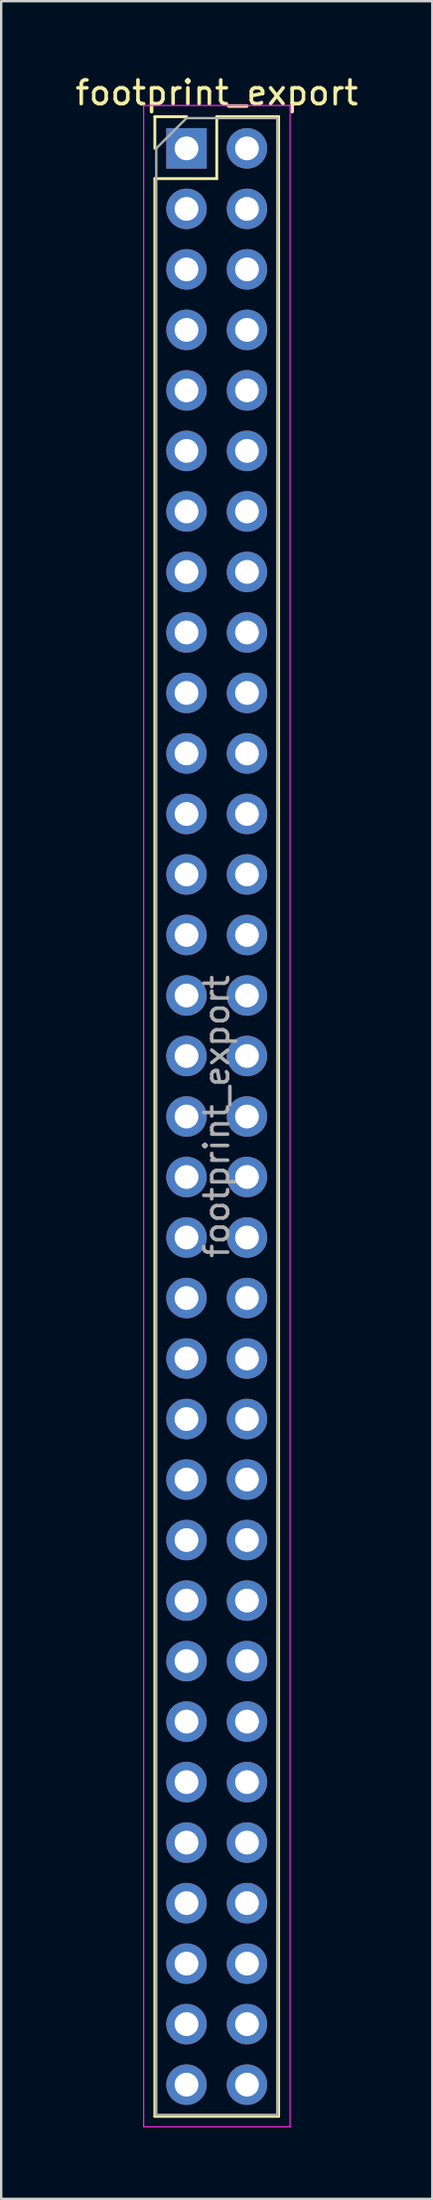
<source format=kicad_pcb>
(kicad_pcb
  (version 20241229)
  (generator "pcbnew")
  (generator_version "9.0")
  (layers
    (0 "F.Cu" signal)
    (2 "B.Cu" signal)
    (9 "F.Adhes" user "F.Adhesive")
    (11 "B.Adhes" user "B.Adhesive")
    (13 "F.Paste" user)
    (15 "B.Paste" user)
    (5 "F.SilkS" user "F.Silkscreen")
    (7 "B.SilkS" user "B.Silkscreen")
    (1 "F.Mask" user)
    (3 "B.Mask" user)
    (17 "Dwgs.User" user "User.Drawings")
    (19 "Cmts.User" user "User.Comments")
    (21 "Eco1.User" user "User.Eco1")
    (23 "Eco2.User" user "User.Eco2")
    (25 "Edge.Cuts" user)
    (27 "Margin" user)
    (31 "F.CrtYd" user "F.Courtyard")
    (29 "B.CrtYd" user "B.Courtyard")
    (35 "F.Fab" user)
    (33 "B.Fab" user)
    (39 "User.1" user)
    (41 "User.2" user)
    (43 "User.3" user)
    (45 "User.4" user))
  (footprint "footprint_export"
    (layer "F.Cu")
    (at 4.784 3.178)
    (property "Reference" "footprint_export" (at 1.27 -2.33 0) (layer "F.SilkS") (effects (font (size 1 1) (thickness 0.15))))
    (attr through_hole)
    (fp_line (start -1.33 -1.33) (end 0 -1.33) (stroke (width 0.12) (type solid)) (layer "F.SilkS"))
    (fp_line (start -1.33 0) (end -1.33 -1.33) (stroke (width 0.12) (type solid)) (layer "F.SilkS"))
    (fp_line (start -1.33 1.27) (end -1.33 82.61) (stroke (width 0.12) (type solid)) (layer "F.SilkS"))
    (fp_line (start -1.33 1.27) (end 1.27 1.27) (stroke (width 0.12) (type solid)) (layer "F.SilkS"))
    (fp_line (start -1.33 82.61) (end 3.87 82.61) (stroke (width 0.12) (type solid)) (layer "F.SilkS"))
    (fp_line (start 1.27 -1.33) (end 3.87 -1.33) (stroke (width 0.12) (type solid)) (layer "F.SilkS"))
    (fp_line (start 1.27 1.27) (end 1.27 -1.33) (stroke (width 0.12) (type solid)) (layer "F.SilkS"))
    (fp_line (start 3.87 -1.33) (end 3.87 82.61) (stroke (width 0.12) (type solid)) (layer "F.SilkS"))
    (fp_line (start -1.8 -1.8) (end -1.8 83.05) (stroke (width 0.05) (type solid)) (layer "F.CrtYd"))
    (fp_line (start -1.8 83.05) (end 4.35 83.05) (stroke (width 0.05) (type solid)) (layer "F.CrtYd"))
    (fp_line (start 4.35 -1.8) (end -1.8 -1.8) (stroke (width 0.05) (type solid)) (layer "F.CrtYd"))
    (fp_line (start 4.35 83.05) (end 4.35 -1.8) (stroke (width 0.05) (type solid)) (layer "F.CrtYd"))
    (fp_line (start -1.27 0) (end 0 -1.27) (stroke (width 0.1) (type solid)) (layer "F.Fab"))
    (fp_line (start -1.27 82.55) (end -1.27 0) (stroke (width 0.1) (type solid)) (layer "F.Fab"))
    (fp_line (start 0 -1.27) (end 3.81 -1.27) (stroke (width 0.1) (type solid)) (layer "F.Fab"))
    (fp_line (start 3.81 -1.27) (end 3.81 82.55) (stroke (width 0.1) (type solid)) (layer "F.Fab"))
    (fp_line (start 3.81 82.55) (end -1.27 82.55) (stroke (width 0.1) (type solid)) (layer "F.Fab"))
    (fp_text user "${REFERENCE}" (at 1.27 40.64 90) (layer "F.Fab") (effects (font (size 1 1) (thickness 0.15))))
    (pad "1" thru_hole rect (at 0 0) (size 1.7 1.7) (drill 1) (layers "*.Cu" "*.Mask"))
    (pad "2" thru_hole oval (at 2.54 0) (size 1.7 1.7) (drill 1) (layers "*.Cu" "*.Mask"))
    (pad "3" thru_hole oval (at 0 2.54) (size 1.7 1.7) (drill 1) (layers "*.Cu" "*.Mask"))
    (pad "4" thru_hole oval (at 2.54 2.54) (size 1.7 1.7) (drill 1) (layers "*.Cu" "*.Mask"))
    (pad "5" thru_hole oval (at 0 5.08) (size 1.7 1.7) (drill 1) (layers "*.Cu" "*.Mask"))
    (pad "6" thru_hole oval (at 2.54 5.08) (size 1.7 1.7) (drill 1) (layers "*.Cu" "*.Mask"))
    (pad "7" thru_hole oval (at 0 7.62) (size 1.7 1.7) (drill 1) (layers "*.Cu" "*.Mask"))
    (pad "8" thru_hole oval (at 2.54 7.62) (size 1.7 1.7) (drill 1) (layers "*.Cu" "*.Mask"))
    (pad "9" thru_hole oval (at 0 10.16) (size 1.7 1.7) (drill 1) (layers "*.Cu" "*.Mask"))
    (pad "10" thru_hole oval (at 2.54 10.16) (size 1.7 1.7) (drill 1) (layers "*.Cu" "*.Mask"))
    (pad "11" thru_hole oval (at 0 12.7) (size 1.7 1.7) (drill 1) (layers "*.Cu" "*.Mask"))
    (pad "12" thru_hole oval (at 2.54 12.7) (size 1.7 1.7) (drill 1) (layers "*.Cu" "*.Mask"))
    (pad "13" thru_hole oval (at 0 15.24) (size 1.7 1.7) (drill 1) (layers "*.Cu" "*.Mask"))
    (pad "14" thru_hole oval (at 2.54 15.24) (size 1.7 1.7) (drill 1) (layers "*.Cu" "*.Mask"))
    (pad "15" thru_hole oval (at 0 17.78) (size 1.7 1.7) (drill 1) (layers "*.Cu" "*.Mask"))
    (pad "16" thru_hole oval (at 2.54 17.78) (size 1.7 1.7) (drill 1) (layers "*.Cu" "*.Mask"))
    (pad "17" thru_hole oval (at 0 20.32) (size 1.7 1.7) (drill 1) (layers "*.Cu" "*.Mask"))
    (pad "18" thru_hole oval (at 2.54 20.32) (size 1.7 1.7) (drill 1) (layers "*.Cu" "*.Mask"))
    (pad "19" thru_hole oval (at 0 22.86) (size 1.7 1.7) (drill 1) (layers "*.Cu" "*.Mask"))
    (pad "20" thru_hole oval (at 2.54 22.86) (size 1.7 1.7) (drill 1) (layers "*.Cu" "*.Mask"))
    (pad "21" thru_hole oval (at 0 25.4) (size 1.7 1.7) (drill 1) (layers "*.Cu" "*.Mask"))
    (pad "22" thru_hole oval (at 2.54 25.4) (size 1.7 1.7) (drill 1) (layers "*.Cu" "*.Mask"))
    (pad "23" thru_hole oval (at 0 27.94) (size 1.7 1.7) (drill 1) (layers "*.Cu" "*.Mask"))
    (pad "24" thru_hole oval (at 2.54 27.94) (size 1.7 1.7) (drill 1) (layers "*.Cu" "*.Mask"))
    (pad "25" thru_hole oval (at 0 30.48) (size 1.7 1.7) (drill 1) (layers "*.Cu" "*.Mask"))
    (pad "26" thru_hole oval (at 2.54 30.48) (size 1.7 1.7) (drill 1) (layers "*.Cu" "*.Mask"))
    (pad "27" thru_hole oval (at 0 33.02) (size 1.7 1.7) (drill 1) (layers "*.Cu" "*.Mask"))
    (pad "28" thru_hole oval (at 2.54 33.02) (size 1.7 1.7) (drill 1) (layers "*.Cu" "*.Mask"))
    (pad "29" thru_hole oval (at 0 35.56) (size 1.7 1.7) (drill 1) (layers "*.Cu" "*.Mask"))
    (pad "30" thru_hole oval (at 2.54 35.56) (size 1.7 1.7) (drill 1) (layers "*.Cu" "*.Mask"))
    (pad "31" thru_hole oval (at 0 38.1) (size 1.7 1.7) (drill 1) (layers "*.Cu" "*.Mask"))
    (pad "32" thru_hole oval (at 2.54 38.1) (size 1.7 1.7) (drill 1) (layers "*.Cu" "*.Mask"))
    (pad "33" thru_hole oval (at 0 40.64) (size 1.7 1.7) (drill 1) (layers "*.Cu" "*.Mask"))
    (pad "34" thru_hole oval (at 2.54 40.64) (size 1.7 1.7) (drill 1) (layers "*.Cu" "*.Mask"))
    (pad "35" thru_hole oval (at 0 43.18) (size 1.7 1.7) (drill 1) (layers "*.Cu" "*.Mask"))
    (pad "36" thru_hole oval (at 2.54 43.18) (size 1.7 1.7) (drill 1) (layers "*.Cu" "*.Mask"))
    (pad "37" thru_hole oval (at 0 45.72) (size 1.7 1.7) (drill 1) (layers "*.Cu" "*.Mask"))
    (pad "38" thru_hole oval (at 2.54 45.72) (size 1.7 1.7) (drill 1) (layers "*.Cu" "*.Mask"))
    (pad "39" thru_hole oval (at 0 48.26) (size 1.7 1.7) (drill 1) (layers "*.Cu" "*.Mask"))
    (pad "40" thru_hole oval (at 2.54 48.26) (size 1.7 1.7) (drill 1) (layers "*.Cu" "*.Mask"))
    (pad "41" thru_hole oval (at 0 50.8) (size 1.7 1.7) (drill 1) (layers "*.Cu" "*.Mask"))
    (pad "42" thru_hole oval (at 2.54 50.8) (size 1.7 1.7) (drill 1) (layers "*.Cu" "*.Mask"))
    (pad "43" thru_hole oval (at 0 53.34) (size 1.7 1.7) (drill 1) (layers "*.Cu" "*.Mask"))
    (pad "44" thru_hole oval (at 2.54 53.34) (size 1.7 1.7) (drill 1) (layers "*.Cu" "*.Mask"))
    (pad "45" thru_hole oval (at 0 55.88) (size 1.7 1.7) (drill 1) (layers "*.Cu" "*.Mask"))
    (pad "46" thru_hole oval (at 2.54 55.88) (size 1.7 1.7) (drill 1) (layers "*.Cu" "*.Mask"))
    (pad "47" thru_hole oval (at 0 58.42) (size 1.7 1.7) (drill 1) (layers "*.Cu" "*.Mask"))
    (pad "48" thru_hole oval (at 2.54 58.42) (size 1.7 1.7) (drill 1) (layers "*.Cu" "*.Mask"))
    (pad "49" thru_hole oval (at 0 60.96) (size 1.7 1.7) (drill 1) (layers "*.Cu" "*.Mask"))
    (pad "50" thru_hole oval (at 2.54 60.96) (size 1.7 1.7) (drill 1) (layers "*.Cu" "*.Mask"))
    (pad "51" thru_hole oval (at 0 63.5) (size 1.7 1.7) (drill 1) (layers "*.Cu" "*.Mask"))
    (pad "52" thru_hole oval (at 2.54 63.5) (size 1.7 1.7) (drill 1) (layers "*.Cu" "*.Mask"))
    (pad "53" thru_hole oval (at 0 66.04) (size 1.7 1.7) (drill 1) (layers "*.Cu" "*.Mask"))
    (pad "54" thru_hole oval (at 2.54 66.04) (size 1.7 1.7) (drill 1) (layers "*.Cu" "*.Mask"))
    (pad "55" thru_hole oval (at 0 68.58) (size 1.7 1.7) (drill 1) (layers "*.Cu" "*.Mask"))
    (pad "56" thru_hole oval (at 2.54 68.58) (size 1.7 1.7) (drill 1) (layers "*.Cu" "*.Mask"))
    (pad "57" thru_hole oval (at 0 71.12) (size 1.7 1.7) (drill 1) (layers "*.Cu" "*.Mask"))
    (pad "58" thru_hole oval (at 2.54 71.12) (size 1.7 1.7) (drill 1) (layers "*.Cu" "*.Mask"))
    (pad "59" thru_hole oval (at 0 73.66) (size 1.7 1.7) (drill 1) (layers "*.Cu" "*.Mask"))
    (pad "60" thru_hole oval (at 2.54 73.66) (size 1.7 1.7) (drill 1) (layers "*.Cu" "*.Mask"))
    (pad "61" thru_hole oval (at 0 76.2) (size 1.7 1.7) (drill 1) (layers "*.Cu" "*.Mask"))
    (pad "62" thru_hole oval (at 2.54 76.2) (size 1.7 1.7) (drill 1) (layers "*.Cu" "*.Mask"))
    (pad "63" thru_hole oval (at 0 78.74) (size 1.7 1.7) (drill 1) (layers "*.Cu" "*.Mask"))
    (pad "64" thru_hole oval (at 2.54 78.74) (size 1.7 1.7) (drill 1) (layers "*.Cu" "*.Mask"))
    (pad "65" thru_hole oval (at 0 81.28) (size 1.7 1.7) (drill 1) (layers "*.Cu" "*.Mask"))
    (pad "66" thru_hole oval (at 2.54 81.28) (size 1.7 1.7) (drill 1) (layers "*.Cu" "*.Mask")))
  (gr_rect
    (start -3 -3)
    (end 15.107 89.253)
    (stroke (width 0.1) (type default))
    (fill no)
    (layer "Edge.Cuts")))
</source>
